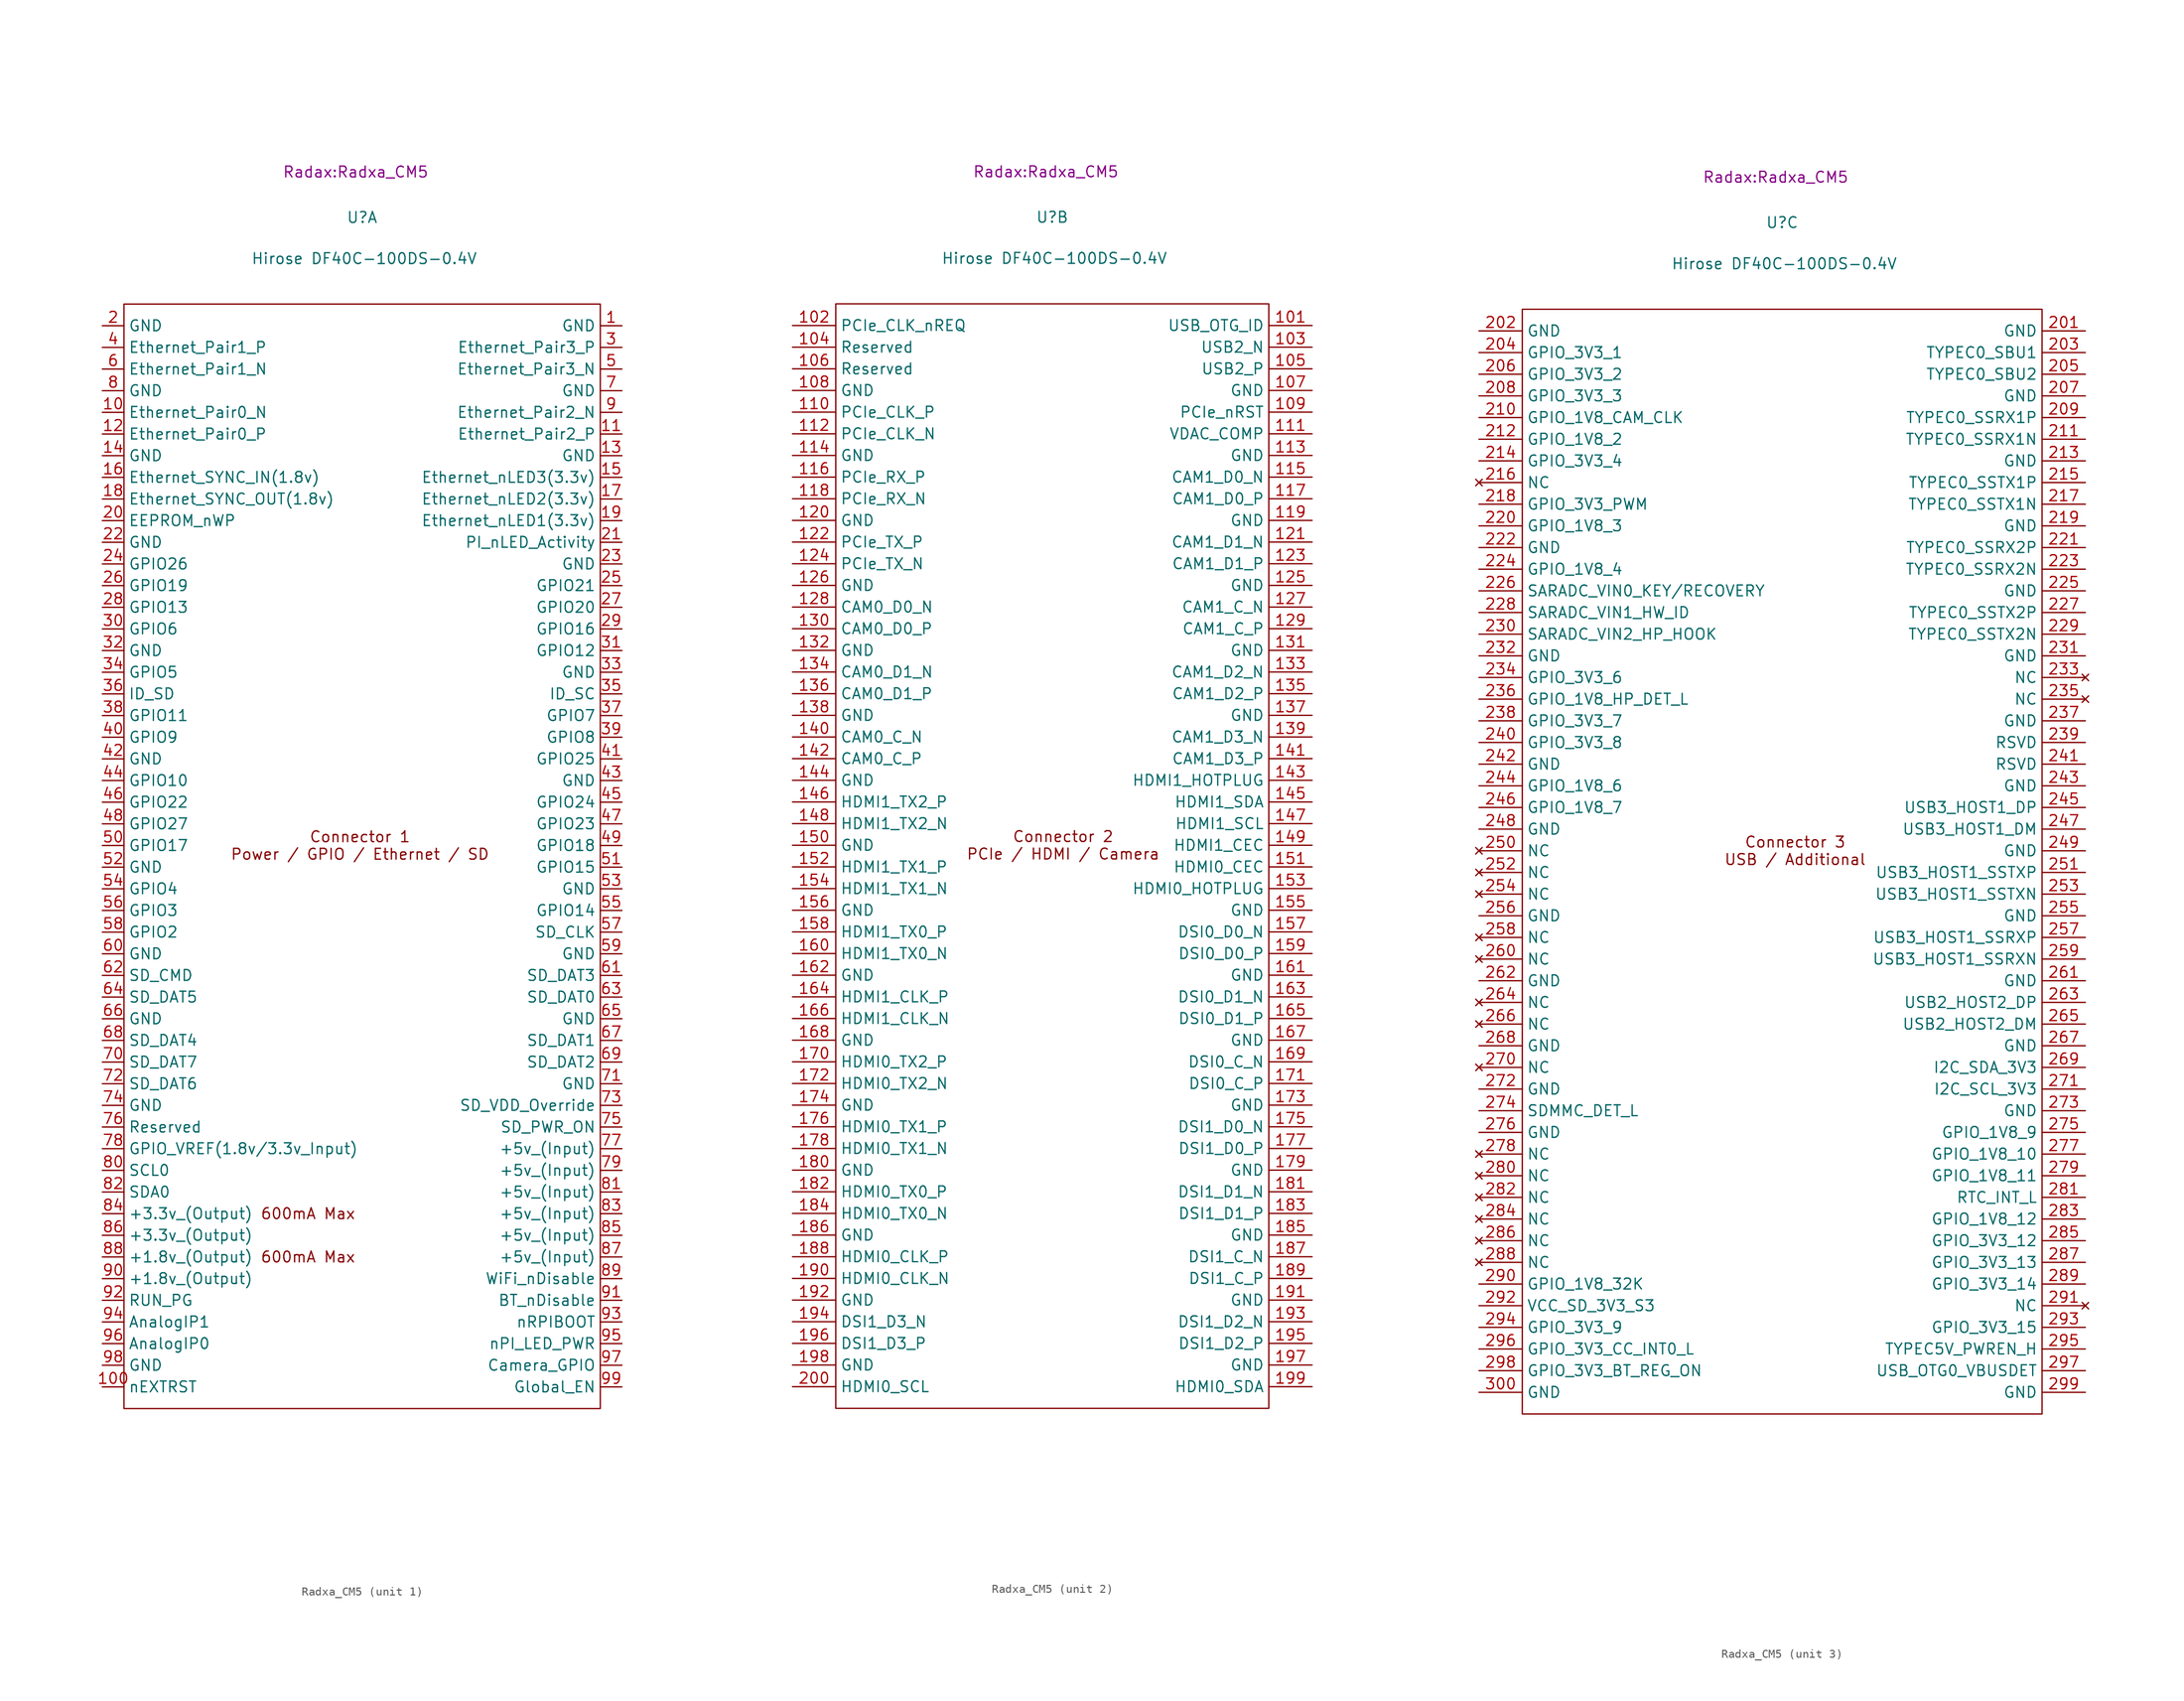
<source format=kicad_sym>
(kicad_symbol_lib
  (version 20231120)
  (generator "kicad_symbol_editor")
  (generator_version "8.0")
  (symbol "Radxa_CM5"
    (property "Reference" "U"
      (at 0 73.66 0)
      (effects (font (size 1.27 1.27))))
    (property "Value" "Hirose DF40C-100DS-0.4V"
      (at 0.254 68.834 0)
      (effects (font (size 1.27 1.27))))
    (property "Footprint" "Radax:Radxa_CM5"
      (at -0.762 78.994 0)
      (effects (font (size 1.27 1.27))))
    (property "ki_locked" ""
      (at 0 0 0)
      (effects (font (size 1.27 1.27))))
    (symbol "Radxa_CM5_1_0"
      (text "Connector 1\nPower / GPIO / Ethernet / SD" (at -0.254 0 0) (effects (font (size 1.27 1.27)))))
    (symbol "Radxa_CM5_1_1"
      (rectangle (start -27.94 -66.04) (end 27.94 63.5) (stroke (width 0) (type default)) (fill (type none)))
      (text "600mA Max" (at -6.35 -48.26 0) (effects (font (size 1.27 1.27))))
      (text "600mA Max" (at -6.35 -43.18 0) (effects (font (size 1.27 1.27))))
      (text private "Note: Pin labels used are the same as Raspberry Pi CM4 module" (at 0 -70.358 0) (effects (font (size 1.27 1.27))))
      (pin power_in line (at 30.48 60.96 180) (length 2.54) (name "GND" (effects (font (size 1.27 1.27)))) (number "1" (effects (font (size 1.27 1.27)))))
      (pin passive line (at -30.48 50.8 0) (length 2.54) (name "Ethernet_Pair0_N" (effects (font (size 1.27 1.27)))) (number "10" (effects (font (size 1.27 1.27)))))
      (pin output line (at -30.48 -63.5 0) (length 2.54) (name "nEXTRST" (effects (font (size 1.27 1.27)))) (number "100" (effects (font (size 1.27 1.27)))))
      (pin passive line (at 30.48 48.26 180) (length 2.54) (name "Ethernet_Pair2_P" (effects (font (size 1.27 1.27)))) (number "11" (effects (font (size 1.27 1.27)))))
      (pin passive line (at -30.48 48.26 0) (length 2.54) (name "Ethernet_Pair0_P" (effects (font (size 1.27 1.27)))) (number "12" (effects (font (size 1.27 1.27)))))
      (pin power_in line (at 30.48 45.72 180) (length 2.54) (name "GND" (effects (font (size 1.27 1.27)))) (number "13" (effects (font (size 1.27 1.27)))))
      (pin power_in line (at -30.48 45.72 0) (length 2.54) (name "GND" (effects (font (size 1.27 1.27)))) (number "14" (effects (font (size 1.27 1.27)))))
      (pin output line (at 30.48 43.18 180) (length 2.54) (name "Ethernet_nLED3(3.3v)" (effects (font (size 1.27 1.27)))) (number "15" (effects (font (size 1.27 1.27)))))
      (pin input line (at -30.48 43.18 0) (length 2.54) (name "Ethernet_SYNC_IN(1.8v)" (effects (font (size 1.27 1.27)))) (number "16" (effects (font (size 1.27 1.27)))))
      (pin output line (at 30.48 40.64 180) (length 2.54) (name "Ethernet_nLED2(3.3v)" (effects (font (size 1.27 1.27)))) (number "17" (effects (font (size 1.27 1.27)))))
      (pin input line (at -30.48 40.64 0) (length 2.54) (name "Ethernet_SYNC_OUT(1.8v)" (effects (font (size 1.27 1.27)))) (number "18" (effects (font (size 1.27 1.27)))))
      (pin output line (at 30.48 38.1 180) (length 2.54) (name "Ethernet_nLED1(3.3v)" (effects (font (size 1.27 1.27)))) (number "19" (effects (font (size 1.27 1.27)))))
      (pin power_in line (at -30.48 60.96 0) (length 2.54) (name "GND" (effects (font (size 1.27 1.27)))) (number "2" (effects (font (size 1.27 1.27)))))
      (pin passive line (at -30.48 38.1 0) (length 2.54) (name "EEPROM_nWP" (effects (font (size 1.27 1.27)))) (number "20" (effects (font (size 1.27 1.27)))))
      (pin open_collector line (at 30.48 35.56 180) (length 2.54) (name "PI_nLED_Activity" (effects (font (size 1.27 1.27)))) (number "21" (effects (font (size 1.27 1.27)))))
      (pin power_in line (at -30.48 35.56 0) (length 2.54) (name "GND" (effects (font (size 1.27 1.27)))) (number "22" (effects (font (size 1.27 1.27)))))
      (pin power_in line (at 30.48 33.02 180) (length 2.54) (name "GND" (effects (font (size 1.27 1.27)))) (number "23" (effects (font (size 1.27 1.27)))))
      (pin passive line (at -30.48 33.02 0) (length 2.54) (name "GPIO26" (effects (font (size 1.27 1.27)))) (number "24" (effects (font (size 1.27 1.27)))))
      (pin passive line (at 30.48 30.48 180) (length 2.54) (name "GPIO21" (effects (font (size 1.27 1.27)))) (number "25" (effects (font (size 1.27 1.27)))))
      (pin passive line (at -30.48 30.48 0) (length 2.54) (name "GPIO19" (effects (font (size 1.27 1.27)))) (number "26" (effects (font (size 1.27 1.27)))))
      (pin passive line (at 30.48 27.94 180) (length 2.54) (name "GPIO20" (effects (font (size 1.27 1.27)))) (number "27" (effects (font (size 1.27 1.27)))))
      (pin passive line (at -30.48 27.94 0) (length 2.54) (name "GPIO13" (effects (font (size 1.27 1.27)))) (number "28" (effects (font (size 1.27 1.27)))))
      (pin passive line (at 30.48 25.4 180) (length 2.54) (name "GPIO16" (effects (font (size 1.27 1.27)))) (number "29" (effects (font (size 1.27 1.27)))))
      (pin passive line (at 30.48 58.42 180) (length 2.54) (name "Ethernet_Pair3_P" (effects (font (size 1.27 1.27)))) (number "3" (effects (font (size 1.27 1.27)))))
      (pin passive line (at -30.48 25.4 0) (length 2.54) (name "GPIO6" (effects (font (size 1.27 1.27)))) (number "30" (effects (font (size 1.27 1.27)))))
      (pin passive line (at 30.48 22.86 180) (length 2.54) (name "GPIO12" (effects (font (size 1.27 1.27)))) (number "31" (effects (font (size 1.27 1.27)))))
      (pin power_in line (at -30.48 22.86 0) (length 2.54) (name "GND" (effects (font (size 1.27 1.27)))) (number "32" (effects (font (size 1.27 1.27)))))
      (pin power_in line (at 30.48 20.32 180) (length 2.54) (name "GND" (effects (font (size 1.27 1.27)))) (number "33" (effects (font (size 1.27 1.27)))))
      (pin passive line (at -30.48 20.32 0) (length 2.54) (name "GPIO5" (effects (font (size 1.27 1.27)))) (number "34" (effects (font (size 1.27 1.27)))))
      (pin passive line (at 30.48 17.78 180) (length 2.54) (name "ID_SC" (effects (font (size 1.27 1.27)))) (number "35" (effects (font (size 1.27 1.27)))))
      (pin passive line (at -30.48 17.78 0) (length 2.54) (name "ID_SD" (effects (font (size 1.27 1.27)))) (number "36" (effects (font (size 1.27 1.27)))))
      (pin passive line (at 30.48 15.24 180) (length 2.54) (name "GPIO7" (effects (font (size 1.27 1.27)))) (number "37" (effects (font (size 1.27 1.27)))))
      (pin passive line (at -30.48 15.24 0) (length 2.54) (name "GPIO11" (effects (font (size 1.27 1.27)))) (number "38" (effects (font (size 1.27 1.27)))))
      (pin passive line (at 30.48 12.7 180) (length 2.54) (name "GPIO8" (effects (font (size 1.27 1.27)))) (number "39" (effects (font (size 1.27 1.27)))))
      (pin passive line (at -30.48 58.42 0) (length 2.54) (name "Ethernet_Pair1_P" (effects (font (size 1.27 1.27)))) (number "4" (effects (font (size 1.27 1.27)))))
      (pin passive line (at -30.48 12.7 0) (length 2.54) (name "GPIO9" (effects (font (size 1.27 1.27)))) (number "40" (effects (font (size 1.27 1.27)))))
      (pin passive line (at 30.48 10.16 180) (length 2.54) (name "GPIO25" (effects (font (size 1.27 1.27)))) (number "41" (effects (font (size 1.27 1.27)))))
      (pin power_in line (at -30.48 10.16 0) (length 2.54) (name "GND" (effects (font (size 1.27 1.27)))) (number "42" (effects (font (size 1.27 1.27)))))
      (pin power_in line (at 30.48 7.62 180) (length 2.54) (name "GND" (effects (font (size 1.27 1.27)))) (number "43" (effects (font (size 1.27 1.27)))))
      (pin passive line (at -30.48 7.62 0) (length 2.54) (name "GPIO10" (effects (font (size 1.27 1.27)))) (number "44" (effects (font (size 1.27 1.27)))))
      (pin passive line (at 30.48 5.08 180) (length 2.54) (name "GPIO24" (effects (font (size 1.27 1.27)))) (number "45" (effects (font (size 1.27 1.27)))))
      (pin passive line (at -30.48 5.08 0) (length 2.54) (name "GPIO22" (effects (font (size 1.27 1.27)))) (number "46" (effects (font (size 1.27 1.27)))))
      (pin passive line (at 30.48 2.54 180) (length 2.54) (name "GPIO23" (effects (font (size 1.27 1.27)))) (number "47" (effects (font (size 1.27 1.27)))))
      (pin passive line (at -30.48 2.54 0) (length 2.54) (name "GPIO27" (effects (font (size 1.27 1.27)))) (number "48" (effects (font (size 1.27 1.27)))))
      (pin passive line (at 30.48 0 180) (length 2.54) (name "GPIO18" (effects (font (size 1.27 1.27)))) (number "49" (effects (font (size 1.27 1.27)))))
      (pin passive line (at 30.48 55.88 180) (length 2.54) (name "Ethernet_Pair3_N" (effects (font (size 1.27 1.27)))) (number "5" (effects (font (size 1.27 1.27)))))
      (pin passive line (at -30.48 0 0) (length 2.54) (name "GPIO17" (effects (font (size 1.27 1.27)))) (number "50" (effects (font (size 1.27 1.27)))))
      (pin passive line (at 30.48 -2.54 180) (length 2.54) (name "GPIO15" (effects (font (size 1.27 1.27)))) (number "51" (effects (font (size 1.27 1.27)))))
      (pin power_in line (at -30.48 -2.54 0) (length 2.54) (name "GND" (effects (font (size 1.27 1.27)))) (number "52" (effects (font (size 1.27 1.27)))))
      (pin power_in line (at 30.48 -5.08 180) (length 2.54) (name "GND" (effects (font (size 1.27 1.27)))) (number "53" (effects (font (size 1.27 1.27)))))
      (pin passive line (at -30.48 -5.08 0) (length 2.54) (name "GPIO4" (effects (font (size 1.27 1.27)))) (number "54" (effects (font (size 1.27 1.27)))))
      (pin passive line (at 30.48 -7.62 180) (length 2.54) (name "GPIO14" (effects (font (size 1.27 1.27)))) (number "55" (effects (font (size 1.27 1.27)))))
      (pin passive line (at -30.48 -7.62 0) (length 2.54) (name "GPIO3" (effects (font (size 1.27 1.27)))) (number "56" (effects (font (size 1.27 1.27)))))
      (pin passive line (at 30.48 -10.16 180) (length 2.54) (name "SD_CLK" (effects (font (size 1.27 1.27)))) (number "57" (effects (font (size 1.27 1.27)))))
      (pin passive line (at -30.48 -10.16 0) (length 2.54) (name "GPIO2" (effects (font (size 1.27 1.27)))) (number "58" (effects (font (size 1.27 1.27)))))
      (pin power_in line (at 30.48 -12.7 180) (length 2.54) (name "GND" (effects (font (size 1.27 1.27)))) (number "59" (effects (font (size 1.27 1.27)))))
      (pin passive line (at -30.48 55.88 0) (length 2.54) (name "Ethernet_Pair1_N" (effects (font (size 1.27 1.27)))) (number "6" (effects (font (size 1.27 1.27)))))
      (pin power_in line (at -30.48 -12.7 0) (length 2.54) (name "GND" (effects (font (size 1.27 1.27)))) (number "60" (effects (font (size 1.27 1.27)))))
      (pin passive line (at 30.48 -15.24 180) (length 2.54) (name "SD_DAT3" (effects (font (size 1.27 1.27)))) (number "61" (effects (font (size 1.27 1.27)))))
      (pin passive line (at -30.48 -15.24 0) (length 2.54) (name "SD_CMD" (effects (font (size 1.27 1.27)))) (number "62" (effects (font (size 1.27 1.27)))))
      (pin passive line (at 30.48 -17.78 180) (length 2.54) (name "SD_DAT0" (effects (font (size 1.27 1.27)))) (number "63" (effects (font (size 1.27 1.27)))))
      (pin passive line (at -30.48 -17.78 0) (length 2.54) (name "SD_DAT5" (effects (font (size 1.27 1.27)))) (number "64" (effects (font (size 1.27 1.27)))))
      (pin power_in line (at 30.48 -20.32 180) (length 2.54) (name "GND" (effects (font (size 1.27 1.27)))) (number "65" (effects (font (size 1.27 1.27)))))
      (pin power_in line (at -30.48 -20.32 0) (length 2.54) (name "GND" (effects (font (size 1.27 1.27)))) (number "66" (effects (font (size 1.27 1.27)))))
      (pin passive line (at 30.48 -22.86 180) (length 2.54) (name "SD_DAT1" (effects (font (size 1.27 1.27)))) (number "67" (effects (font (size 1.27 1.27)))))
      (pin passive line (at -30.48 -22.86 0) (length 2.54) (name "SD_DAT4" (effects (font (size 1.27 1.27)))) (number "68" (effects (font (size 1.27 1.27)))))
      (pin passive line (at 30.48 -25.4 180) (length 2.54) (name "SD_DAT2" (effects (font (size 1.27 1.27)))) (number "69" (effects (font (size 1.27 1.27)))))
      (pin power_in line (at 30.48 53.34 180) (length 2.54) (name "GND" (effects (font (size 1.27 1.27)))) (number "7" (effects (font (size 1.27 1.27)))))
      (pin passive line (at -30.48 -25.4 0) (length 2.54) (name "SD_DAT7" (effects (font (size 1.27 1.27)))) (number "70" (effects (font (size 1.27 1.27)))))
      (pin power_in line (at 30.48 -27.94 180) (length 2.54) (name "GND" (effects (font (size 1.27 1.27)))) (number "71" (effects (font (size 1.27 1.27)))))
      (pin passive line (at -30.48 -27.94 0) (length 2.54) (name "SD_DAT6" (effects (font (size 1.27 1.27)))) (number "72" (effects (font (size 1.27 1.27)))))
      (pin input line (at 30.48 -30.48 180) (length 2.54) (name "SD_VDD_Override" (effects (font (size 1.27 1.27)))) (number "73" (effects (font (size 1.27 1.27)))))
      (pin power_in line (at -30.48 -30.48 0) (length 2.54) (name "GND" (effects (font (size 1.27 1.27)))) (number "74" (effects (font (size 1.27 1.27)))))
      (pin output line (at 30.48 -33.02 180) (length 2.54) (name "SD_PWR_ON" (effects (font (size 1.27 1.27)))) (number "75" (effects (font (size 1.27 1.27)))))
      (pin passive line (at -30.48 -33.02 0) (length 2.54) (name "Reserved" (effects (font (size 1.27 1.27)))) (number "76" (effects (font (size 1.27 1.27)))))
      (pin power_in line (at 30.48 -35.56 180) (length 2.54) (name "+5v_(Input)" (effects (font (size 1.27 1.27)))) (number "77" (effects (font (size 1.27 1.27)))))
      (pin power_in line (at -30.48 -35.56 0) (length 2.54) (name "GPIO_VREF(1.8v/3.3v_Input)" (effects (font (size 1.27 1.27)))) (number "78" (effects (font (size 1.27 1.27)))))
      (pin power_in line (at 30.48 -38.1 180) (length 2.54) (name "+5v_(Input)" (effects (font (size 1.27 1.27)))) (number "79" (effects (font (size 1.27 1.27)))))
      (pin power_in line (at -30.48 53.34 0) (length 2.54) (name "GND" (effects (font (size 1.27 1.27)))) (number "8" (effects (font (size 1.27 1.27)))))
      (pin passive line (at -30.48 -38.1 0) (length 2.54) (name "SCL0" (effects (font (size 1.27 1.27)))) (number "80" (effects (font (size 1.27 1.27)))))
      (pin power_in line (at 30.48 -40.64 180) (length 2.54) (name "+5v_(Input)" (effects (font (size 1.27 1.27)))) (number "81" (effects (font (size 1.27 1.27)))))
      (pin passive line (at -30.48 -40.64 0) (length 2.54) (name "SDA0" (effects (font (size 1.27 1.27)))) (number "82" (effects (font (size 1.27 1.27)))))
      (pin power_in line (at 30.48 -43.18 180) (length 2.54) (name "+5v_(Input)" (effects (font (size 1.27 1.27)))) (number "83" (effects (font (size 1.27 1.27)))))
      (pin power_out line (at -30.48 -43.18 0) (length 2.54) (name "+3.3v_(Output)" (effects (font (size 1.27 1.27)))) (number "84" (effects (font (size 1.27 1.27)))))
      (pin power_in line (at 30.48 -45.72 180) (length 2.54) (name "+5v_(Input)" (effects (font (size 1.27 1.27)))) (number "85" (effects (font (size 1.27 1.27)))))
      (pin power_out line (at -30.48 -45.72 0) (length 2.54) (name "+3.3v_(Output)" (effects (font (size 1.27 1.27)))) (number "86" (effects (font (size 1.27 1.27)))))
      (pin power_in line (at 30.48 -48.26 180) (length 2.54) (name "+5v_(Input)" (effects (font (size 1.27 1.27)))) (number "87" (effects (font (size 1.27 1.27)))))
      (pin power_out line (at -30.48 -48.26 0) (length 2.54) (name "+1.8v_(Output)" (effects (font (size 1.27 1.27)))) (number "88" (effects (font (size 1.27 1.27)))))
      (pin power_in line (at 30.48 -50.8 180) (length 2.54) (name "WiFi_nDisable" (effects (font (size 1.27 1.27)))) (number "89" (effects (font (size 1.27 1.27)))))
      (pin passive line (at 30.48 50.8 180) (length 2.54) (name "Ethernet_Pair2_N" (effects (font (size 1.27 1.27)))) (number "9" (effects (font (size 1.27 1.27)))))
      (pin power_out line (at -30.48 -50.8 0) (length 2.54) (name "+1.8v_(Output)" (effects (font (size 1.27 1.27)))) (number "90" (effects (font (size 1.27 1.27)))))
      (pin power_in line (at 30.48 -53.34 180) (length 2.54) (name "BT_nDisable" (effects (font (size 1.27 1.27)))) (number "91" (effects (font (size 1.27 1.27)))))
      (pin passive line (at -30.48 -53.34 0) (length 2.54) (name "RUN_PG" (effects (font (size 1.27 1.27)))) (number "92" (effects (font (size 1.27 1.27)))))
      (pin input line (at 30.48 -55.88 180) (length 2.54) (name "nRPIBOOT" (effects (font (size 1.27 1.27)))) (number "93" (effects (font (size 1.27 1.27)))))
      (pin passive line (at -30.48 -55.88 0) (length 2.54) (name "AnalogIP1" (effects (font (size 1.27 1.27)))) (number "94" (effects (font (size 1.27 1.27)))))
      (pin output line (at 30.48 -58.42 180) (length 2.54) (name "nPI_LED_PWR" (effects (font (size 1.27 1.27)))) (number "95" (effects (font (size 1.27 1.27)))))
      (pin passive line (at -30.48 -58.42 0) (length 2.54) (name "AnalogIP0" (effects (font (size 1.27 1.27)))) (number "96" (effects (font (size 1.27 1.27)))))
      (pin passive line (at 30.48 -60.96 180) (length 2.54) (name "Camera_GPIO" (effects (font (size 1.27 1.27)))) (number "97" (effects (font (size 1.27 1.27)))))
      (pin power_in line (at -30.48 -60.96 0) (length 2.54) (name "GND" (effects (font (size 1.27 1.27)))) (number "98" (effects (font (size 1.27 1.27)))))
      (pin input line (at 30.48 -63.5 180) (length 2.54) (name "Global_EN" (effects (font (size 1.27 1.27)))) (number "99" (effects (font (size 1.27 1.27))))))
    (symbol "Radxa_CM5_2_1"
      (rectangle (start -25.4 -66.04) (end 25.4 63.5) (stroke (width 0) (type default)) (fill (type none)))
      (text "Connector 2\nPCIe / HDMI / Camera" (at 1.27 0 0) (effects (font (size 1.27 1.27))))
      (text private "Note: Pin labels used are the same as Raspberry Pi CM4 module" (at 0 -70.104 0) (effects (font (size 1.27 1.27))))
      (pin input line (at 30.48 60.96 180) (length 5.08) (name "USB_OTG_ID" (effects (font (size 1.27 1.27)))) (number "101" (effects (font (size 1.27 1.27)))))
      (pin input line (at -30.48 60.96 0) (length 5.08) (name "PCIe_CLK_nREQ" (effects (font (size 1.27 1.27)))) (number "102" (effects (font (size 1.27 1.27)))))
      (pin passive line (at 30.48 58.42 180) (length 5.08) (name "USB2_N" (effects (font (size 1.27 1.27)))) (number "103" (effects (font (size 1.27 1.27)))))
      (pin passive line (at -30.48 58.42 0) (length 5.08) (name "Reserved" (effects (font (size 1.27 1.27)))) (number "104" (effects (font (size 1.27 1.27)))))
      (pin passive line (at 30.48 55.88 180) (length 5.08) (name "USB2_P" (effects (font (size 1.27 1.27)))) (number "105" (effects (font (size 1.27 1.27)))))
      (pin passive line (at -30.48 55.88 0) (length 5.08) (name "Reserved" (effects (font (size 1.27 1.27)))) (number "106" (effects (font (size 1.27 1.27)))))
      (pin power_in line (at 30.48 53.34 180) (length 5.08) (name "GND" (effects (font (size 1.27 1.27)))) (number "107" (effects (font (size 1.27 1.27)))))
      (pin power_in line (at -30.48 53.34 0) (length 5.08) (name "GND" (effects (font (size 1.27 1.27)))) (number "108" (effects (font (size 1.27 1.27)))))
      (pin bidirectional line (at 30.48 50.8 180) (length 5.08) (name "PCIe_nRST" (effects (font (size 1.27 1.27)))) (number "109" (effects (font (size 1.27 1.27)))))
      (pin output line (at -30.48 50.8 0) (length 5.08) (name "PCIe_CLK_P" (effects (font (size 1.27 1.27)))) (number "110" (effects (font (size 1.27 1.27)))))
      (pin passive line (at 30.48 48.26 180) (length 5.08) (name "VDAC_COMP" (effects (font (size 1.27 1.27)))) (number "111" (effects (font (size 1.27 1.27)))))
      (pin output line (at -30.48 48.26 0) (length 5.08) (name "PCIe_CLK_N" (effects (font (size 1.27 1.27)))) (number "112" (effects (font (size 1.27 1.27)))))
      (pin power_in line (at 30.48 45.72 180) (length 5.08) (name "GND" (effects (font (size 1.27 1.27)))) (number "113" (effects (font (size 1.27 1.27)))))
      (pin power_in line (at -30.48 45.72 0) (length 5.08) (name "GND" (effects (font (size 1.27 1.27)))) (number "114" (effects (font (size 1.27 1.27)))))
      (pin input line (at 30.48 43.18 180) (length 5.08) (name "CAM1_D0_N" (effects (font (size 1.27 1.27)))) (number "115" (effects (font (size 1.27 1.27)))))
      (pin input line (at -30.48 43.18 0) (length 5.08) (name "PCIe_RX_P" (effects (font (size 1.27 1.27)))) (number "116" (effects (font (size 1.27 1.27)))))
      (pin input line (at 30.48 40.64 180) (length 5.08) (name "CAM1_D0_P" (effects (font (size 1.27 1.27)))) (number "117" (effects (font (size 1.27 1.27)))))
      (pin input line (at -30.48 40.64 0) (length 5.08) (name "PCIe_RX_N" (effects (font (size 1.27 1.27)))) (number "118" (effects (font (size 1.27 1.27)))))
      (pin power_in line (at 30.48 38.1 180) (length 5.08) (name "GND" (effects (font (size 1.27 1.27)))) (number "119" (effects (font (size 1.27 1.27)))))
      (pin power_in line (at -30.48 38.1 0) (length 5.08) (name "GND" (effects (font (size 1.27 1.27)))) (number "120" (effects (font (size 1.27 1.27)))))
      (pin input line (at 30.48 35.56 180) (length 5.08) (name "CAM1_D1_N" (effects (font (size 1.27 1.27)))) (number "121" (effects (font (size 1.27 1.27)))))
      (pin output line (at -30.48 35.56 0) (length 5.08) (name "PCIe_TX_P" (effects (font (size 1.27 1.27)))) (number "122" (effects (font (size 1.27 1.27)))))
      (pin input line (at 30.48 33.02 180) (length 5.08) (name "CAM1_D1_P" (effects (font (size 1.27 1.27)))) (number "123" (effects (font (size 1.27 1.27)))))
      (pin output line (at -30.48 33.02 0) (length 5.08) (name "PCIe_TX_N" (effects (font (size 1.27 1.27)))) (number "124" (effects (font (size 1.27 1.27)))))
      (pin power_in line (at 30.48 30.48 180) (length 5.08) (name "GND" (effects (font (size 1.27 1.27)))) (number "125" (effects (font (size 1.27 1.27)))))
      (pin power_in line (at -30.48 30.48 0) (length 5.08) (name "GND" (effects (font (size 1.27 1.27)))) (number "126" (effects (font (size 1.27 1.27)))))
      (pin input line (at 30.48 27.94 180) (length 5.08) (name "CAM1_C_N" (effects (font (size 1.27 1.27)))) (number "127" (effects (font (size 1.27 1.27)))))
      (pin input line (at -30.48 27.94 0) (length 5.08) (name "CAM0_D0_N" (effects (font (size 1.27 1.27)))) (number "128" (effects (font (size 1.27 1.27)))))
      (pin input line (at 30.48 25.4 180) (length 5.08) (name "CAM1_C_P" (effects (font (size 1.27 1.27)))) (number "129" (effects (font (size 1.27 1.27)))))
      (pin input line (at -30.48 25.4 0) (length 5.08) (name "CAM0_D0_P" (effects (font (size 1.27 1.27)))) (number "130" (effects (font (size 1.27 1.27)))))
      (pin power_in line (at 30.48 22.86 180) (length 5.08) (name "GND" (effects (font (size 1.27 1.27)))) (number "131" (effects (font (size 1.27 1.27)))))
      (pin power_in line (at -30.48 22.86 0) (length 5.08) (name "GND" (effects (font (size 1.27 1.27)))) (number "132" (effects (font (size 1.27 1.27)))))
      (pin input line (at 30.48 20.32 180) (length 5.08) (name "CAM1_D2_N" (effects (font (size 1.27 1.27)))) (number "133" (effects (font (size 1.27 1.27)))))
      (pin input line (at -30.48 20.32 0) (length 5.08) (name "CAM0_D1_N" (effects (font (size 1.27 1.27)))) (number "134" (effects (font (size 1.27 1.27)))))
      (pin input line (at 30.48 17.78 180) (length 5.08) (name "CAM1_D2_P" (effects (font (size 1.27 1.27)))) (number "135" (effects (font (size 1.27 1.27)))))
      (pin input line (at -30.48 17.78 0) (length 5.08) (name "CAM0_D1_P" (effects (font (size 1.27 1.27)))) (number "136" (effects (font (size 1.27 1.27)))))
      (pin power_in line (at 30.48 15.24 180) (length 5.08) (name "GND" (effects (font (size 1.27 1.27)))) (number "137" (effects (font (size 1.27 1.27)))))
      (pin power_in line (at -30.48 15.24 0) (length 5.08) (name "GND" (effects (font (size 1.27 1.27)))) (number "138" (effects (font (size 1.27 1.27)))))
      (pin input line (at 30.48 12.7 180) (length 5.08) (name "CAM1_D3_N" (effects (font (size 1.27 1.27)))) (number "139" (effects (font (size 1.27 1.27)))))
      (pin input line (at -30.48 12.7 0) (length 5.08) (name "CAM0_C_N" (effects (font (size 1.27 1.27)))) (number "140" (effects (font (size 1.27 1.27)))))
      (pin input line (at 30.48 10.16 180) (length 5.08) (name "CAM1_D3_P" (effects (font (size 1.27 1.27)))) (number "141" (effects (font (size 1.27 1.27)))))
      (pin input line (at -30.48 10.16 0) (length 5.08) (name "CAM0_C_P" (effects (font (size 1.27 1.27)))) (number "142" (effects (font (size 1.27 1.27)))))
      (pin input line (at 30.48 7.62 180) (length 5.08) (name "HDMI1_HOTPLUG" (effects (font (size 1.27 1.27)))) (number "143" (effects (font (size 1.27 1.27)))))
      (pin power_in line (at -30.48 7.62 0) (length 5.08) (name "GND" (effects (font (size 1.27 1.27)))) (number "144" (effects (font (size 1.27 1.27)))))
      (pin bidirectional line (at 30.48 5.08 180) (length 5.08) (name "HDMI1_SDA" (effects (font (size 1.27 1.27)))) (number "145" (effects (font (size 1.27 1.27)))))
      (pin output line (at -30.48 5.08 0) (length 5.08) (name "HDMI1_TX2_P" (effects (font (size 1.27 1.27)))) (number "146" (effects (font (size 1.27 1.27)))))
      (pin open_collector line (at 30.48 2.54 180) (length 5.08) (name "HDMI1_SCL" (effects (font (size 1.27 1.27)))) (number "147" (effects (font (size 1.27 1.27)))))
      (pin output line (at -30.48 2.54 0) (length 5.08) (name "HDMI1_TX2_N" (effects (font (size 1.27 1.27)))) (number "148" (effects (font (size 1.27 1.27)))))
      (pin open_collector line (at 30.48 0 180) (length 5.08) (name "HDMI1_CEC" (effects (font (size 1.27 1.27)))) (number "149" (effects (font (size 1.27 1.27)))))
      (pin power_in line (at -30.48 0 0) (length 5.08) (name "GND" (effects (font (size 1.27 1.27)))) (number "150" (effects (font (size 1.27 1.27)))))
      (pin open_collector line (at 30.48 -2.54 180) (length 5.08) (name "HDMI0_CEC" (effects (font (size 1.27 1.27)))) (number "151" (effects (font (size 1.27 1.27)))))
      (pin output line (at -30.48 -2.54 0) (length 5.08) (name "HDMI1_TX1_P" (effects (font (size 1.27 1.27)))) (number "152" (effects (font (size 1.27 1.27)))))
      (pin input line (at 30.48 -5.08 180) (length 5.08) (name "HDMI0_HOTPLUG" (effects (font (size 1.27 1.27)))) (number "153" (effects (font (size 1.27 1.27)))))
      (pin output line (at -30.48 -5.08 0) (length 5.08) (name "HDMI1_TX1_N" (effects (font (size 1.27 1.27)))) (number "154" (effects (font (size 1.27 1.27)))))
      (pin power_in line (at 30.48 -7.62 180) (length 5.08) (name "GND" (effects (font (size 1.27 1.27)))) (number "155" (effects (font (size 1.27 1.27)))))
      (pin power_in line (at -30.48 -7.62 0) (length 5.08) (name "GND" (effects (font (size 1.27 1.27)))) (number "156" (effects (font (size 1.27 1.27)))))
      (pin output line (at 30.48 -10.16 180) (length 5.08) (name "DSI0_D0_N" (effects (font (size 1.27 1.27)))) (number "157" (effects (font (size 1.27 1.27)))))
      (pin output line (at -30.48 -10.16 0) (length 5.08) (name "HDMI1_TX0_P" (effects (font (size 1.27 1.27)))) (number "158" (effects (font (size 1.27 1.27)))))
      (pin output line (at 30.48 -12.7 180) (length 5.08) (name "DSI0_D0_P" (effects (font (size 1.27 1.27)))) (number "159" (effects (font (size 1.27 1.27)))))
      (pin output line (at -30.48 -12.7 0) (length 5.08) (name "HDMI1_TX0_N" (effects (font (size 1.27 1.27)))) (number "160" (effects (font (size 1.27 1.27)))))
      (pin power_in line (at 30.48 -15.24 180) (length 5.08) (name "GND" (effects (font (size 1.27 1.27)))) (number "161" (effects (font (size 1.27 1.27)))))
      (pin power_in line (at -30.48 -15.24 0) (length 5.08) (name "GND" (effects (font (size 1.27 1.27)))) (number "162" (effects (font (size 1.27 1.27)))))
      (pin output line (at 30.48 -17.78 180) (length 5.08) (name "DSI0_D1_N" (effects (font (size 1.27 1.27)))) (number "163" (effects (font (size 1.27 1.27)))))
      (pin output line (at -30.48 -17.78 0) (length 5.08) (name "HDMI1_CLK_P" (effects (font (size 1.27 1.27)))) (number "164" (effects (font (size 1.27 1.27)))))
      (pin output line (at 30.48 -20.32 180) (length 5.08) (name "DSI0_D1_P" (effects (font (size 1.27 1.27)))) (number "165" (effects (font (size 1.27 1.27)))))
      (pin output line (at -30.48 -20.32 0) (length 5.08) (name "HDMI1_CLK_N" (effects (font (size 1.27 1.27)))) (number "166" (effects (font (size 1.27 1.27)))))
      (pin power_in line (at 30.48 -22.86 180) (length 5.08) (name "GND" (effects (font (size 1.27 1.27)))) (number "167" (effects (font (size 1.27 1.27)))))
      (pin power_in line (at -30.48 -22.86 0) (length 5.08) (name "GND" (effects (font (size 1.27 1.27)))) (number "168" (effects (font (size 1.27 1.27)))))
      (pin output line (at 30.48 -25.4 180) (length 5.08) (name "DSI0_C_N" (effects (font (size 1.27 1.27)))) (number "169" (effects (font (size 1.27 1.27)))))
      (pin output line (at -30.48 -25.4 0) (length 5.08) (name "HDMI0_TX2_P" (effects (font (size 1.27 1.27)))) (number "170" (effects (font (size 1.27 1.27)))))
      (pin output line (at 30.48 -27.94 180) (length 5.08) (name "DSI0_C_P" (effects (font (size 1.27 1.27)))) (number "171" (effects (font (size 1.27 1.27)))))
      (pin output line (at -30.48 -27.94 0) (length 5.08) (name "HDMI0_TX2_N" (effects (font (size 1.27 1.27)))) (number "172" (effects (font (size 1.27 1.27)))))
      (pin power_in line (at 30.48 -30.48 180) (length 5.08) (name "GND" (effects (font (size 1.27 1.27)))) (number "173" (effects (font (size 1.27 1.27)))))
      (pin power_in line (at -30.48 -30.48 0) (length 5.08) (name "GND" (effects (font (size 1.27 1.27)))) (number "174" (effects (font (size 1.27 1.27)))))
      (pin output line (at 30.48 -33.02 180) (length 5.08) (name "DSI1_D0_N" (effects (font (size 1.27 1.27)))) (number "175" (effects (font (size 1.27 1.27)))))
      (pin output line (at -30.48 -33.02 0) (length 5.08) (name "HDMI0_TX1_P" (effects (font (size 1.27 1.27)))) (number "176" (effects (font (size 1.27 1.27)))))
      (pin output line (at 30.48 -35.56 180) (length 5.08) (name "DSI1_D0_P" (effects (font (size 1.27 1.27)))) (number "177" (effects (font (size 1.27 1.27)))))
      (pin output line (at -30.48 -35.56 0) (length 5.08) (name "HDMI0_TX1_N" (effects (font (size 1.27 1.27)))) (number "178" (effects (font (size 1.27 1.27)))))
      (pin power_in line (at 30.48 -38.1 180) (length 5.08) (name "GND" (effects (font (size 1.27 1.27)))) (number "179" (effects (font (size 1.27 1.27)))))
      (pin power_in line (at -30.48 -38.1 0) (length 5.08) (name "GND" (effects (font (size 1.27 1.27)))) (number "180" (effects (font (size 1.27 1.27)))))
      (pin output line (at 30.48 -40.64 180) (length 5.08) (name "DSI1_D1_N" (effects (font (size 1.27 1.27)))) (number "181" (effects (font (size 1.27 1.27)))))
      (pin output line (at -30.48 -40.64 0) (length 5.08) (name "HDMI0_TX0_P" (effects (font (size 1.27 1.27)))) (number "182" (effects (font (size 1.27 1.27)))))
      (pin output line (at 30.48 -43.18 180) (length 5.08) (name "DSI1_D1_P" (effects (font (size 1.27 1.27)))) (number "183" (effects (font (size 1.27 1.27)))))
      (pin output line (at -30.48 -43.18 0) (length 5.08) (name "HDMI0_TX0_N" (effects (font (size 1.27 1.27)))) (number "184" (effects (font (size 1.27 1.27)))))
      (pin power_in line (at 30.48 -45.72 180) (length 5.08) (name "GND" (effects (font (size 1.27 1.27)))) (number "185" (effects (font (size 1.27 1.27)))))
      (pin power_in line (at -30.48 -45.72 0) (length 5.08) (name "GND" (effects (font (size 1.27 1.27)))) (number "186" (effects (font (size 1.27 1.27)))))
      (pin output line (at 30.48 -48.26 180) (length 5.08) (name "DSI1_C_N" (effects (font (size 1.27 1.27)))) (number "187" (effects (font (size 1.27 1.27)))))
      (pin output line (at -30.48 -48.26 0) (length 5.08) (name "HDMI0_CLK_P" (effects (font (size 1.27 1.27)))) (number "188" (effects (font (size 1.27 1.27)))))
      (pin output line (at 30.48 -50.8 180) (length 5.08) (name "DSI1_C_P" (effects (font (size 1.27 1.27)))) (number "189" (effects (font (size 1.27 1.27)))))
      (pin output line (at -30.48 -50.8 0) (length 5.08) (name "HDMI0_CLK_N" (effects (font (size 1.27 1.27)))) (number "190" (effects (font (size 1.27 1.27)))))
      (pin power_in line (at 30.48 -53.34 180) (length 5.08) (name "GND" (effects (font (size 1.27 1.27)))) (number "191" (effects (font (size 1.27 1.27)))))
      (pin power_in line (at -30.48 -53.34 0) (length 5.08) (name "GND" (effects (font (size 1.27 1.27)))) (number "192" (effects (font (size 1.27 1.27)))))
      (pin output line (at 30.48 -55.88 180) (length 5.08) (name "DSI1_D2_N" (effects (font (size 1.27 1.27)))) (number "193" (effects (font (size 1.27 1.27)))))
      (pin output line (at -30.48 -55.88 0) (length 5.08) (name "DSI1_D3_N" (effects (font (size 1.27 1.27)))) (number "194" (effects (font (size 1.27 1.27)))))
      (pin output line (at 30.48 -58.42 180) (length 5.08) (name "DSI1_D2_P" (effects (font (size 1.27 1.27)))) (number "195" (effects (font (size 1.27 1.27)))))
      (pin output line (at -30.48 -58.42 0) (length 5.08) (name "DSI1_D3_P" (effects (font (size 1.27 1.27)))) (number "196" (effects (font (size 1.27 1.27)))))
      (pin power_in line (at 30.48 -60.96 180) (length 5.08) (name "GND" (effects (font (size 1.27 1.27)))) (number "197" (effects (font (size 1.27 1.27)))))
      (pin power_in line (at -30.48 -60.96 0) (length 5.08) (name "GND" (effects (font (size 1.27 1.27)))) (number "198" (effects (font (size 1.27 1.27)))))
      (pin bidirectional line (at 30.48 -63.5 180) (length 5.08) (name "HDMI0_SDA" (effects (font (size 1.27 1.27)))) (number "199" (effects (font (size 1.27 1.27)))))
      (pin open_collector line (at -30.48 -63.5 0) (length 5.08) (name "HDMI0_SCL" (effects (font (size 1.27 1.27)))) (number "200" (effects (font (size 1.27 1.27))))))
    (symbol "Radxa_CM5_3_1"
      (rectangle (start -30.48 63.5) (end 30.48 -66.04) (stroke (width 0) (type default)) (fill (type none)))
      (text "Connector 3\nUSB / Additional" (at 1.524 0 0) (effects (font (size 1.27 1.27))))
      (text private "Note: Pin labels used are those of Radxa CM5 module. \n\nDue to KiCAD limitations, minus 200 from the Pin Number \nto get the same number mapping as in the Radxa Schematic.\n" (at 0.254 -73.406 0) (effects (font (size 1.27 1.27))))
      (pin power_in line (at 35.56 60.96 180) (length 5.08) (name "GND" (effects (font (size 1.27 1.27)))) (number "201" (effects (font (size 1.27 1.27)))))
      (pin power_in line (at -35.56 60.96 0) (length 5.08) (name "GND" (effects (font (size 1.27 1.27)))) (number "202" (effects (font (size 1.27 1.27)))))
      (pin output line (at 35.56 58.42 180) (length 5.08) (name "TYPEC0_SBU1" (effects (font (size 1.27 1.27)))) (number "203" (effects (font (size 1.27 1.27)))))
      (pin passive line (at -35.56 58.42 0) (length 5.08) (name "GPIO_3V3_1" (effects (font (size 1.27 1.27)))) (number "204" (effects (font (size 1.27 1.27)))))
      (pin output line (at 35.56 55.88 180) (length 5.08) (name "TYPEC0_SBU2" (effects (font (size 1.27 1.27)))) (number "205" (effects (font (size 1.27 1.27)))))
      (pin passive line (at -35.56 55.88 0) (length 5.08) (name "GPIO_3V3_2" (effects (font (size 1.27 1.27)))) (number "206" (effects (font (size 1.27 1.27)))))
      (pin power_in line (at 35.56 53.34 180) (length 5.08) (name "GND" (effects (font (size 1.27 1.27)))) (number "207" (effects (font (size 1.27 1.27)))))
      (pin passive line (at -35.56 53.34 0) (length 5.08) (name "GPIO_3V3_3" (effects (font (size 1.27 1.27)))) (number "208" (effects (font (size 1.27 1.27)))))
      (pin output line (at 35.56 50.8 180) (length 5.08) (name "TYPEC0_SSRX1P" (effects (font (size 1.27 1.27)))) (number "209" (effects (font (size 1.27 1.27)))))
      (pin passive line (at -35.56 50.8 0) (length 5.08) (name "GPIO_1V8_CAM_CLK" (effects (font (size 1.27 1.27)))) (number "210" (effects (font (size 1.27 1.27)))))
      (pin output line (at 35.56 48.26 180) (length 5.08) (name "TYPEC0_SSRX1N" (effects (font (size 1.27 1.27)))) (number "211" (effects (font (size 1.27 1.27)))))
      (pin passive line (at -35.56 48.26 0) (length 5.08) (name "GPIO_1V8_2" (effects (font (size 1.27 1.27)))) (number "212" (effects (font (size 1.27 1.27)))))
      (pin power_in line (at 35.56 45.72 180) (length 5.08) (name "GND" (effects (font (size 1.27 1.27)))) (number "213" (effects (font (size 1.27 1.27)))))
      (pin passive line (at -35.56 45.72 0) (length 5.08) (name "GPIO_3V3_4" (effects (font (size 1.27 1.27)))) (number "214" (effects (font (size 1.27 1.27)))))
      (pin output line (at 35.56 43.18 180) (length 5.08) (name "TYPEC0_SSTX1P" (effects (font (size 1.27 1.27)))) (number "215" (effects (font (size 1.27 1.27)))))
      (pin no_connect line (at -35.56 43.18 0) (length 5.08) (name "NC" (effects (font (size 1.27 1.27)))) (number "216" (effects (font (size 1.27 1.27)))))
      (pin output line (at 35.56 40.64 180) (length 5.08) (name "TYPEC0_SSTX1N" (effects (font (size 1.27 1.27)))) (number "217" (effects (font (size 1.27 1.27)))))
      (pin passive line (at -35.56 40.64 0) (length 5.08) (name "GPIO_3V3_PWM" (effects (font (size 1.27 1.27)))) (number "218" (effects (font (size 1.27 1.27)))))
      (pin power_in line (at 35.56 38.1 180) (length 5.08) (name "GND" (effects (font (size 1.27 1.27)))) (number "219" (effects (font (size 1.27 1.27)))))
      (pin passive line (at -35.56 38.1 0) (length 5.08) (name "GPIO_1V8_3" (effects (font (size 1.27 1.27)))) (number "220" (effects (font (size 1.27 1.27)))))
      (pin output line (at 35.56 35.56 180) (length 5.08) (name "TYPEC0_SSRX2P" (effects (font (size 1.27 1.27)))) (number "221" (effects (font (size 1.27 1.27)))))
      (pin power_in line (at -35.56 35.56 0) (length 5.08) (name "GND" (effects (font (size 1.27 1.27)))) (number "222" (effects (font (size 1.27 1.27)))))
      (pin output line (at 35.56 33.02 180) (length 5.08) (name "TYPEC0_SSRX2N" (effects (font (size 1.27 1.27)))) (number "223" (effects (font (size 1.27 1.27)))))
      (pin passive line (at -35.56 33.02 0) (length 5.08) (name "GPIO_1V8_4" (effects (font (size 1.27 1.27)))) (number "224" (effects (font (size 1.27 1.27)))))
      (pin power_in line (at 35.56 30.48 180) (length 5.08) (name "GND" (effects (font (size 1.27 1.27)))) (number "225" (effects (font (size 1.27 1.27)))))
      (pin passive line (at -35.56 30.48 0) (length 5.08) (name "SARADC_VIN0_KEY/RECOVERY" (effects (font (size 1.27 1.27)))) (number "226" (effects (font (size 1.27 1.27)))))
      (pin output line (at 35.56 27.94 180) (length 5.08) (name "TYPEC0_SSTX2P" (effects (font (size 1.27 1.27)))) (number "227" (effects (font (size 1.27 1.27)))))
      (pin passive line (at -35.56 27.94 0) (length 5.08) (name "SARADC_VIN1_HW_ID" (effects (font (size 1.27 1.27)))) (number "228" (effects (font (size 1.27 1.27)))))
      (pin output line (at 35.56 25.4 180) (length 5.08) (name "TYPEC0_SSTX2N" (effects (font (size 1.27 1.27)))) (number "229" (effects (font (size 1.27 1.27)))))
      (pin passive line (at -35.56 25.4 0) (length 5.08) (name "SARADC_VIN2_HP_HOOK" (effects (font (size 1.27 1.27)))) (number "230" (effects (font (size 1.27 1.27)))))
      (pin power_in line (at 35.56 22.86 180) (length 5.08) (name "GND" (effects (font (size 1.27 1.27)))) (number "231" (effects (font (size 1.27 1.27)))))
      (pin power_in line (at -35.56 22.86 0) (length 5.08) (name "GND" (effects (font (size 1.27 1.27)))) (number "232" (effects (font (size 1.27 1.27)))))
      (pin no_connect line (at 35.56 20.32 180) (length 5.08) (name "NC" (effects (font (size 1.27 1.27)))) (number "233" (effects (font (size 1.27 1.27)))))
      (pin passive line (at -35.56 20.32 0) (length 5.08) (name "GPIO_3V3_6" (effects (font (size 1.27 1.27)))) (number "234" (effects (font (size 1.27 1.27)))))
      (pin no_connect line (at 35.56 17.78 180) (length 5.08) (name "NC" (effects (font (size 1.27 1.27)))) (number "235" (effects (font (size 1.27 1.27)))))
      (pin passive line (at -35.56 17.78 0) (length 5.08) (name "GPIO_1V8_HP_DET_L" (effects (font (size 1.27 1.27)))) (number "236" (effects (font (size 1.27 1.27)))))
      (pin power_in line (at 35.56 15.24 180) (length 5.08) (name "GND" (effects (font (size 1.27 1.27)))) (number "237" (effects (font (size 1.27 1.27)))))
      (pin passive line (at -35.56 15.24 0) (length 5.08) (name "GPIO_3V3_7" (effects (font (size 1.27 1.27)))) (number "238" (effects (font (size 1.27 1.27)))))
      (pin passive line (at 35.56 12.7 180) (length 5.08) (name "RSVD" (effects (font (size 1.27 1.27)))) (number "239" (effects (font (size 1.27 1.27)))))
      (pin passive line (at -35.56 12.7 0) (length 5.08) (name "GPIO_3V3_8" (effects (font (size 1.27 1.27)))) (number "240" (effects (font (size 1.27 1.27)))))
      (pin passive line (at 35.56 10.16 180) (length 5.08) (name "RSVD" (effects (font (size 1.27 1.27)))) (number "241" (effects (font (size 1.27 1.27)))))
      (pin power_in line (at -35.56 10.16 0) (length 5.08) (name "GND" (effects (font (size 1.27 1.27)))) (number "242" (effects (font (size 1.27 1.27)))))
      (pin power_in line (at 35.56 7.62 180) (length 5.08) (name "GND" (effects (font (size 1.27 1.27)))) (number "243" (effects (font (size 1.27 1.27)))))
      (pin passive line (at -35.56 7.62 0) (length 5.08) (name "GPIO_1V8_6" (effects (font (size 1.27 1.27)))) (number "244" (effects (font (size 1.27 1.27)))))
      (pin passive line (at 35.56 5.08 180) (length 5.08) (name "USB3_HOST1_DP" (effects (font (size 1.27 1.27)))) (number "245" (effects (font (size 1.27 1.27)))))
      (pin passive line (at -35.56 5.08 0) (length 5.08) (name "GPIO_1V8_7" (effects (font (size 1.27 1.27)))) (number "246" (effects (font (size 1.27 1.27)))))
      (pin passive line (at 35.56 2.54 180) (length 5.08) (name "USB3_HOST1_DM" (effects (font (size 1.27 1.27)))) (number "247" (effects (font (size 1.27 1.27)))))
      (pin power_in line (at -35.56 2.54 0) (length 5.08) (name "GND" (effects (font (size 1.27 1.27)))) (number "248" (effects (font (size 1.27 1.27)))))
      (pin power_in line (at 35.56 0 180) (length 5.08) (name "GND" (effects (font (size 1.27 1.27)))) (number "249" (effects (font (size 1.27 1.27)))))
      (pin no_connect line (at -35.56 0 0) (length 5.08) (name "NC" (effects (font (size 1.27 1.27)))) (number "250" (effects (font (size 1.27 1.27)))))
      (pin output line (at 35.56 -2.54 180) (length 5.08) (name "USB3_HOST1_SSTXP" (effects (font (size 1.27 1.27)))) (number "251" (effects (font (size 1.27 1.27)))))
      (pin no_connect line (at -35.56 -2.54 0) (length 5.08) (name "NC" (effects (font (size 1.27 1.27)))) (number "252" (effects (font (size 1.27 1.27)))))
      (pin output line (at 35.56 -5.08 180) (length 5.08) (name "USB3_HOST1_SSTXN" (effects (font (size 1.27 1.27)))) (number "253" (effects (font (size 1.27 1.27)))))
      (pin no_connect line (at -35.56 -5.08 0) (length 5.08) (name "NC" (effects (font (size 1.27 1.27)))) (number "254" (effects (font (size 1.27 1.27)))))
      (pin power_in line (at 35.56 -7.62 180) (length 5.08) (name "GND" (effects (font (size 1.27 1.27)))) (number "255" (effects (font (size 1.27 1.27)))))
      (pin power_in line (at -35.56 -7.62 0) (length 5.08) (name "GND" (effects (font (size 1.27 1.27)))) (number "256" (effects (font (size 1.27 1.27)))))
      (pin input line (at 35.56 -10.16 180) (length 5.08) (name "USB3_HOST1_SSRXP" (effects (font (size 1.27 1.27)))) (number "257" (effects (font (size 1.27 1.27)))))
      (pin no_connect line (at -35.56 -10.16 0) (length 5.08) (name "NC" (effects (font (size 1.27 1.27)))) (number "258" (effects (font (size 1.27 1.27)))))
      (pin input line (at 35.56 -12.7 180) (length 5.08) (name "USB3_HOST1_SSRXN" (effects (font (size 1.27 1.27)))) (number "259" (effects (font (size 1.27 1.27)))))
      (pin no_connect line (at -35.56 -12.7 0) (length 5.08) (name "NC" (effects (font (size 1.27 1.27)))) (number "260" (effects (font (size 1.27 1.27)))))
      (pin power_in line (at 35.56 -15.24 180) (length 5.08) (name "GND" (effects (font (size 1.27 1.27)))) (number "261" (effects (font (size 1.27 1.27)))))
      (pin power_in line (at -35.56 -15.24 0) (length 5.08) (name "GND" (effects (font (size 1.27 1.27)))) (number "262" (effects (font (size 1.27 1.27)))))
      (pin passive line (at 35.56 -17.78 180) (length 5.08) (name "USB2_HOST2_DP" (effects (font (size 1.27 1.27)))) (number "263" (effects (font (size 1.27 1.27)))))
      (pin no_connect line (at -35.56 -17.78 0) (length 5.08) (name "NC" (effects (font (size 1.27 1.27)))) (number "264" (effects (font (size 1.27 1.27)))))
      (pin passive line (at 35.56 -20.32 180) (length 5.08) (name "USB2_HOST2_DM" (effects (font (size 1.27 1.27)))) (number "265" (effects (font (size 1.27 1.27)))))
      (pin no_connect line (at -35.56 -20.32 0) (length 5.08) (name "NC" (effects (font (size 1.27 1.27)))) (number "266" (effects (font (size 1.27 1.27)))))
      (pin power_in line (at 35.56 -22.86 180) (length 5.08) (name "GND" (effects (font (size 1.27 1.27)))) (number "267" (effects (font (size 1.27 1.27)))))
      (pin power_in line (at -35.56 -22.86 0) (length 5.08) (name "GND" (effects (font (size 1.27 1.27)))) (number "268" (effects (font (size 1.27 1.27)))))
      (pin passive line (at 35.56 -25.4 180) (length 5.08) (name "I2C_SDA_3V3" (effects (font (size 1.27 1.27)))) (number "269" (effects (font (size 1.27 1.27)))))
      (pin no_connect line (at -35.56 -25.4 0) (length 5.08) (name "NC" (effects (font (size 1.27 1.27)))) (number "270" (effects (font (size 1.27 1.27)))))
      (pin passive line (at 35.56 -27.94 180) (length 5.08) (name "I2C_SCL_3V3" (effects (font (size 1.27 1.27)))) (number "271" (effects (font (size 1.27 1.27)))))
      (pin power_in line (at -35.56 -27.94 0) (length 5.08) (name "GND" (effects (font (size 1.27 1.27)))) (number "272" (effects (font (size 1.27 1.27)))))
      (pin power_in line (at 35.56 -30.48 180) (length 5.08) (name "GND" (effects (font (size 1.27 1.27)))) (number "273" (effects (font (size 1.27 1.27)))))
      (pin passive line (at -35.56 -30.48 0) (length 5.08) (name "SDMMC_DET_L" (effects (font (size 1.27 1.27)))) (number "274" (effects (font (size 1.27 1.27)))))
      (pin passive line (at 35.56 -33.02 180) (length 5.08) (name "GPIO_1V8_9" (effects (font (size 1.27 1.27)))) (number "275" (effects (font (size 1.27 1.27)))))
      (pin power_in line (at -35.56 -33.02 0) (length 5.08) (name "GND" (effects (font (size 1.27 1.27)))) (number "276" (effects (font (size 1.27 1.27)))))
      (pin passive line (at 35.56 -35.56 180) (length 5.08) (name "GPIO_1V8_10" (effects (font (size 1.27 1.27)))) (number "277" (effects (font (size 1.27 1.27)))))
      (pin no_connect line (at -35.56 -35.56 0) (length 5.08) (name "NC" (effects (font (size 1.27 1.27)))) (number "278" (effects (font (size 1.27 1.27)))))
      (pin passive line (at 35.56 -38.1 180) (length 5.08) (name "GPIO_1V8_11" (effects (font (size 1.27 1.27)))) (number "279" (effects (font (size 1.27 1.27)))))
      (pin no_connect line (at -35.56 -38.1 0) (length 5.08) (name "NC" (effects (font (size 1.27 1.27)))) (number "280" (effects (font (size 1.27 1.27)))))
      (pin output line (at 35.56 -40.64 180) (length 5.08) (name "RTC_INT_L" (effects (font (size 1.27 1.27)))) (number "281" (effects (font (size 1.27 1.27)))))
      (pin no_connect line (at -35.56 -40.64 0) (length 5.08) (name "NC" (effects (font (size 1.27 1.27)))) (number "282" (effects (font (size 1.27 1.27)))))
      (pin passive line (at 35.56 -43.18 180) (length 5.08) (name "GPIO_1V8_12" (effects (font (size 1.27 1.27)))) (number "283" (effects (font (size 1.27 1.27)))))
      (pin no_connect line (at -35.56 -43.18 0) (length 5.08) (name "NC" (effects (font (size 1.27 1.27)))) (number "284" (effects (font (size 1.27 1.27)))))
      (pin passive line (at 35.56 -45.72 180) (length 5.08) (name "GPIO_3V3_12" (effects (font (size 1.27 1.27)))) (number "285" (effects (font (size 1.27 1.27)))))
      (pin no_connect line (at -35.56 -45.72 0) (length 5.08) (name "NC" (effects (font (size 1.27 1.27)))) (number "286" (effects (font (size 1.27 1.27)))))
      (pin passive line (at 35.56 -48.26 180) (length 5.08) (name "GPIO_3V3_13" (effects (font (size 1.27 1.27)))) (number "287" (effects (font (size 1.27 1.27)))))
      (pin no_connect line (at -35.56 -48.26 0) (length 5.08) (name "NC" (effects (font (size 1.27 1.27)))) (number "288" (effects (font (size 1.27 1.27)))))
      (pin passive line (at 35.56 -50.8 180) (length 5.08) (name "GPIO_3V3_14" (effects (font (size 1.27 1.27)))) (number "289" (effects (font (size 1.27 1.27)))))
      (pin passive line (at -35.56 -50.8 0) (length 5.08) (name "GPIO_1V8_32K" (effects (font (size 1.27 1.27)))) (number "290" (effects (font (size 1.27 1.27)))))
      (pin no_connect line (at 35.56 -53.34 180) (length 5.08) (name "NC" (effects (font (size 1.27 1.27)))) (number "291" (effects (font (size 1.27 1.27)))))
      (pin passive line (at -35.56 -53.34 0) (length 5.08) (name "VCC_SD_3V3_S3" (effects (font (size 1.27 1.27)))) (number "292" (effects (font (size 1.27 1.27)))))
      (pin passive line (at 35.56 -55.88 180) (length 5.08) (name "GPIO_3V3_15" (effects (font (size 1.27 1.27)))) (number "293" (effects (font (size 1.27 1.27)))))
      (pin passive line (at -35.56 -55.88 0) (length 5.08) (name "GPIO_3V3_9" (effects (font (size 1.27 1.27)))) (number "294" (effects (font (size 1.27 1.27)))))
      (pin input line (at 35.56 -58.42 180) (length 5.08) (name "TYPEC5V_PWREN_H" (effects (font (size 1.27 1.27)))) (number "295" (effects (font (size 1.27 1.27)))))
      (pin passive line (at -35.56 -58.42 0) (length 5.08) (name "GPIO_3V3_CC_INT0_L" (effects (font (size 1.27 1.27)))) (number "296" (effects (font (size 1.27 1.27)))))
      (pin passive line (at 35.56 -60.96 180) (length 5.08) (name "USB_OTG0_VBUSDET" (effects (font (size 1.27 1.27)))) (number "297" (effects (font (size 1.27 1.27)))))
      (pin passive line (at -35.56 -60.96 0) (length 5.08) (name "GPIO_3V3_BT_REG_ON" (effects (font (size 1.27 1.27)))) (number "298" (effects (font (size 1.27 1.27)))))
      (pin power_in line (at 35.56 -63.5 180) (length 5.08) (name "GND" (effects (font (size 1.27 1.27)))) (number "299" (effects (font (size 1.27 1.27)))))
      (pin power_in line (at -35.56 -63.5 0) (length 5.08) (name "GND" (effects (font (size 1.27 1.27)))) (number "300" (effects (font (size 1.27 1.27))))))))
</source>
